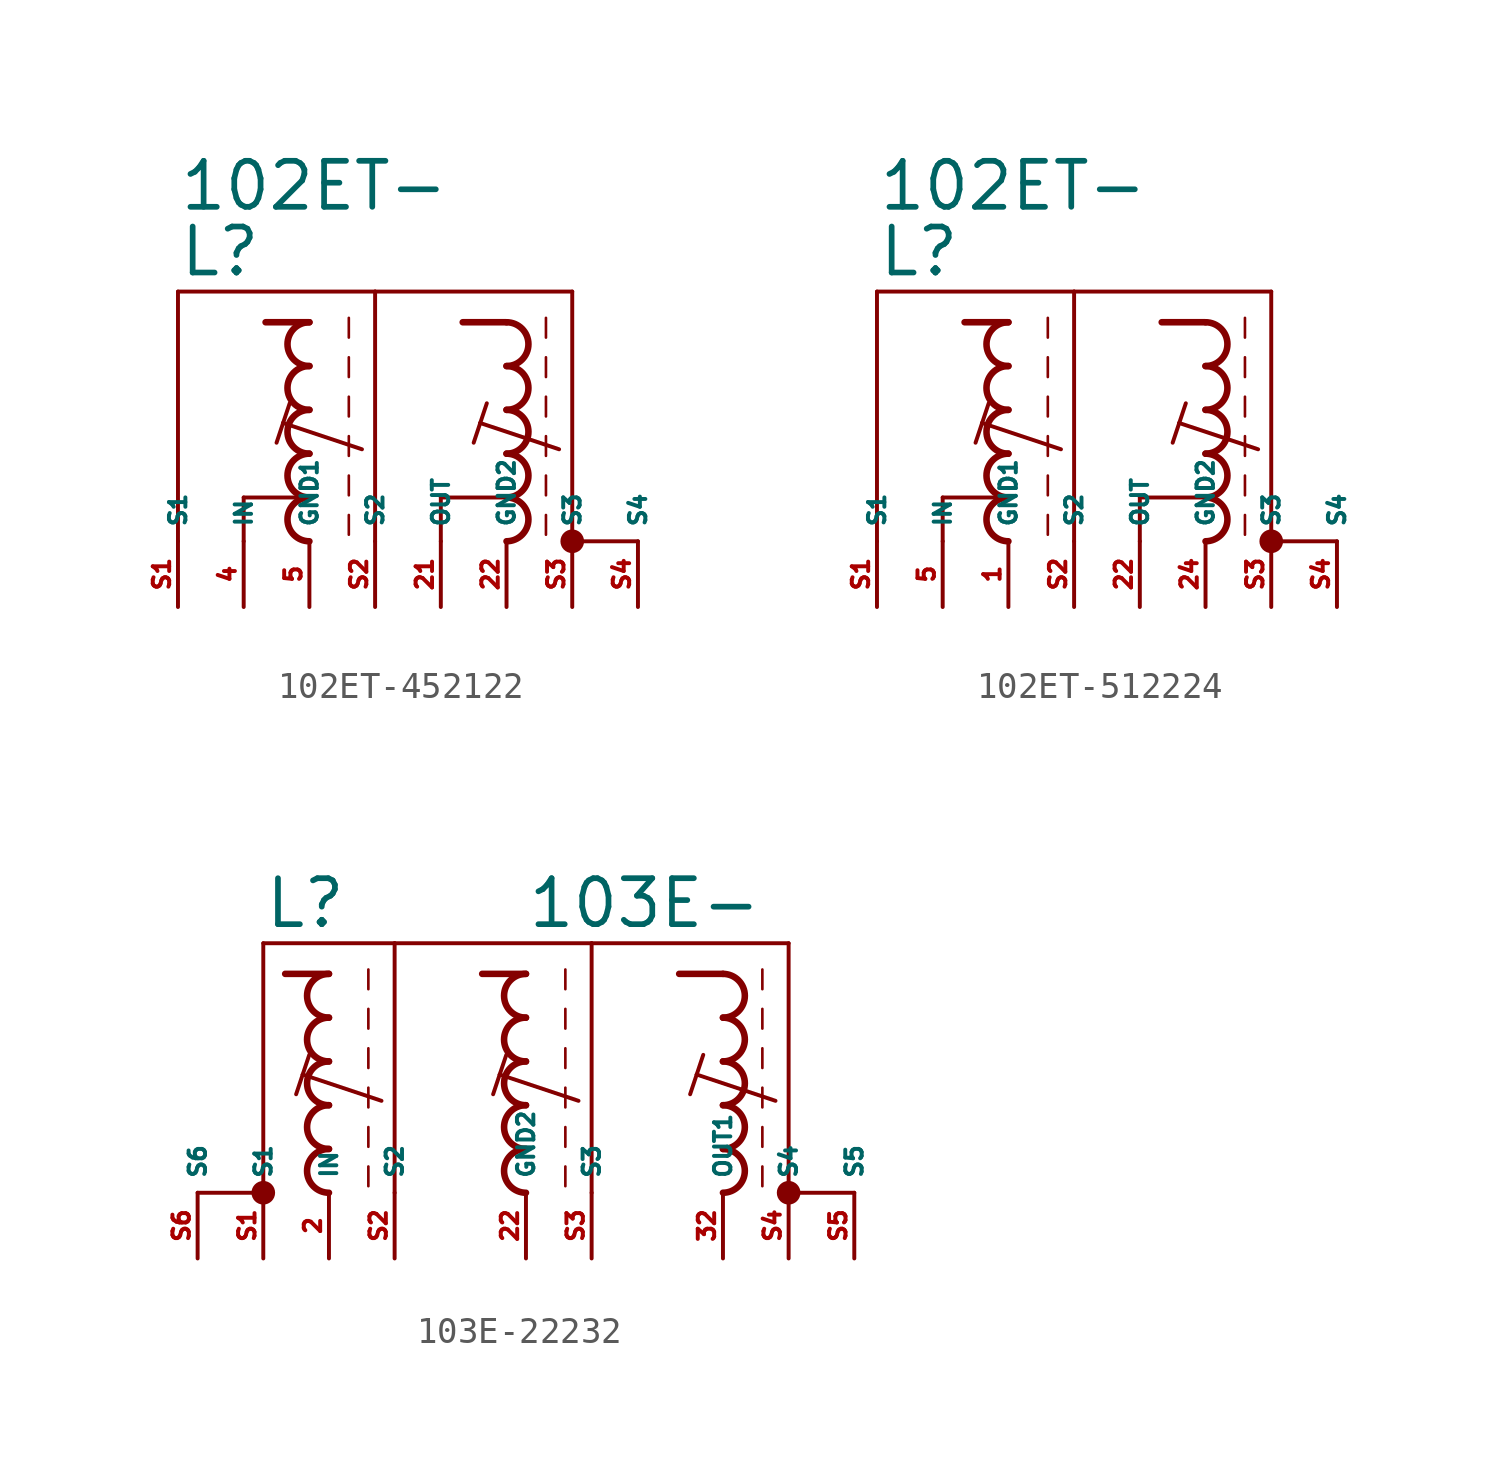
<source format=kicad_sym>
(kicad_symbol_lib
  (version 20220914)
  (generator kicad_symbol_editor)
  (symbol "102ET-452122"
    (property "Reference" "L"
      (at -7.62 7.62 0)
      (effects (font (size 1.778 1.778) (thickness 0.22)) (justify left bottom)))
    (property "Value" "102ET-"
      (at -7.62 10.16 0)
      (effects (font (size 1.778 1.778) (thickness 0.22)) (justify left bottom)))
    (symbol "102ET-452122_1_1"
      (arc (start -2.54 -0.8466) (mid -3.3864 -1.6933) (end -2.54 -2.54) (stroke (width 0.254) (type default)) (fill (type none)))
      (arc (start -2.54 0.8466) (mid -3.3862 0) (end -2.54 -0.8466) (stroke (width 0.254) (type default)) (fill (type none)))
      (arc (start -2.54 2.54) (mid -3.3864 1.6933) (end -2.54 0.8466) (stroke (width 0.254) (type default)) (fill (type none)))
      (arc (start -2.54 4.2334) (mid -3.3864 3.3867) (end -2.54 2.54) (stroke (width 0.254) (type default)) (fill (type none)))
      (arc (start -2.54 5.9266) (mid -3.3862 5.08) (end -2.54 4.2334) (stroke (width 0.254) (type default)) (fill (type none)))
      (polyline (pts (xy -7.62 -2.54) (xy -7.62 7.112)) (stroke (width 0.152) (type default)) (fill (type none)))
      (polyline (pts (xy -7.62 7.112) (xy 0 7.112)) (stroke (width 0.152) (type default)) (fill (type none)))
      (polyline (pts (xy -5.08 -2.54) (xy -5.08 -0.847)) (stroke (width 0.152) (type default)) (fill (type none)))
      (polyline (pts (xy -5.08 -0.847) (xy -2.54 -0.847)) (stroke (width 0.152) (type default)) (fill (type none)))
      (polyline (pts (xy -3.556 2.032) (xy -3.81 1.27)) (stroke (width 0.152) (type default)) (fill (type none)))
      (polyline (pts (xy -3.302 2.794) (xy -3.556 2.032)) (stroke (width 0.152) (type default)) (fill (type none)))
      (polyline (pts (xy -2.54 5.927) (xy -4.233 5.927)) (stroke (width 0.254) (type default)) (fill (type none)))
      (polyline (pts (xy -1.016 -1.524) (xy -1.016 -2.286)) (stroke (width 0.102) (type default)) (fill (type none)))
      (polyline (pts (xy -1.016 0) (xy -1.016 -0.762)) (stroke (width 0.102) (type default)) (fill (type none)))
      (polyline (pts (xy -1.016 1.524) (xy -1.016 0.762)) (stroke (width 0.102) (type default)) (fill (type none)))
      (polyline (pts (xy -1.016 3.048) (xy -1.016 2.286)) (stroke (width 0.102) (type default)) (fill (type none)))
      (polyline (pts (xy -1.016 4.572) (xy -1.016 3.81)) (stroke (width 0.102) (type default)) (fill (type none)))
      (polyline (pts (xy -1.016 6.096) (xy -1.016 5.334)) (stroke (width 0.102) (type default)) (fill (type none)))
      (polyline (pts (xy -0.508 1.016) (xy -3.556 2.032)) (stroke (width 0.152) (type default)) (fill (type none)))
      (polyline (pts (xy 0 7.112) (xy 0 -2.54)) (stroke (width 0.152) (type default)) (fill (type none)))
      (polyline (pts (xy 0 7.112) (xy 7.62 7.112)) (stroke (width 0.152) (type default)) (fill (type none)))
      (polyline (pts (xy 2.54 -2.54) (xy 2.54 -0.847)) (stroke (width 0.152) (type default)) (fill (type none)))
      (polyline (pts (xy 2.54 -0.847) (xy 5.08 -0.847)) (stroke (width 0.152) (type default)) (fill (type none)))
      (polyline (pts (xy 4.064 2.032) (xy 3.81 1.27)) (stroke (width 0.152) (type default)) (fill (type none)))
      (polyline (pts (xy 4.318 2.794) (xy 4.064 2.032)) (stroke (width 0.152) (type default)) (fill (type none)))
      (polyline (pts (xy 5.08 5.927) (xy 3.387 5.927)) (stroke (width 0.254) (type default)) (fill (type none)))
      (polyline (pts (xy 6.604 -1.524) (xy 6.604 -2.286)) (stroke (width 0.102) (type default)) (fill (type none)))
      (polyline (pts (xy 6.604 0) (xy 6.604 -0.762)) (stroke (width 0.102) (type default)) (fill (type none)))
      (polyline (pts (xy 6.604 1.524) (xy 6.604 0.762)) (stroke (width 0.102) (type default)) (fill (type none)))
      (polyline (pts (xy 6.604 3.048) (xy 6.604 2.286)) (stroke (width 0.102) (type default)) (fill (type none)))
      (polyline (pts (xy 6.604 4.572) (xy 6.604 3.81)) (stroke (width 0.102) (type default)) (fill (type none)))
      (polyline (pts (xy 6.604 6.096) (xy 6.604 5.334)) (stroke (width 0.102) (type default)) (fill (type none)))
      (polyline (pts (xy 7.112 1.016) (xy 4.064 2.032)) (stroke (width 0.152) (type default)) (fill (type none)))
      (polyline (pts (xy 7.62 7.112) (xy 7.62 -2.54)) (stroke (width 0.152) (type default)) (fill (type none)))
      (polyline (pts (xy 10.16 -2.54) (xy 7.62 -2.54)) (stroke (width 0.152) (type default)) (fill (type none)))
      (arc (start 5.08 -2.54) (mid 5.9231 -1.6933) (end 5.08 -0.8466) (stroke (width 0.254) (type default)) (fill (type none)))
      (arc (start 5.08 -0.8466) (mid 5.923 0) (end 5.08 0.8466) (stroke (width 0.254) (type default)) (fill (type none)))
      (arc (start 5.08 0.8466) (mid 5.9231 1.6933) (end 5.08 2.54) (stroke (width 0.254) (type default)) (fill (type none)))
      (arc (start 5.08 2.54) (mid 5.9231 3.3867) (end 5.08 4.2334) (stroke (width 0.254) (type default)) (fill (type none)))
      (arc (start 5.08 4.2334) (mid 5.923 5.08) (end 5.08 5.9266) (stroke (width 0.254) (type default)) (fill (type none)))
      (circle (center 7.62 -2.54) (radius 0.254) (stroke (width 0.406) (type default)) (fill (type none)))
      (pin passive line (at 2.54 -5.08 90) (length 2.54) (name "OUT" (effects (font (size 0.635 0.635)))) (number "21" (effects (font (size 0.635 0.635)))))
      (pin passive line (at 5.08 -5.08 90) (length 2.54) (name "GND2" (effects (font (size 0.635 0.635)))) (number "22" (effects (font (size 0.635 0.635)))))
      (pin passive line (at -5.08 -5.08 90) (length 2.54) (name "IN" (effects (font (size 0.635 0.635)))) (number "4" (effects (font (size 0.635 0.635)))))
      (pin passive line (at -2.54 -5.08 90) (length 2.54) (name "GND1" (effects (font (size 0.635 0.635)))) (number "5" (effects (font (size 0.635 0.635)))))
      (pin passive line (at -7.62 -5.08 90) (length 2.54) (name "S1" (effects (font (size 0.635 0.635)))) (number "S1" (effects (font (size 0.635 0.635)))))
      (pin passive line (at 0 -5.08 90) (length 2.54) (name "S2" (effects (font (size 0.635 0.635)))) (number "S2" (effects (font (size 0.635 0.635)))))
      (pin passive line (at 7.62 -5.08 90) (length 2.54) (name "S3" (effects (font (size 0.635 0.635)))) (number "S3" (effects (font (size 0.635 0.635)))))
      (pin passive line (at 10.16 -5.08 90) (length 2.54) (name "S4" (effects (font (size 0.635 0.635)))) (number "S4" (effects (font (size 0.635 0.635)))))))
  (symbol "102ET-512224"
    (property "Reference" "L"
      (at -7.62 7.62 0)
      (effects (font (size 1.778 1.778) (thickness 0.22)) (justify left bottom)))
    (property "Value" "102ET-"
      (at -7.62 10.16 0)
      (effects (font (size 1.778 1.778) (thickness 0.22)) (justify left bottom)))
    (symbol "102ET-512224_1_1"
      (arc (start -2.54 -0.8466) (mid -3.3864 -1.6933) (end -2.54 -2.54) (stroke (width 0.254) (type default)) (fill (type none)))
      (arc (start -2.54 0.8466) (mid -3.3862 0) (end -2.54 -0.8466) (stroke (width 0.254) (type default)) (fill (type none)))
      (arc (start -2.54 2.54) (mid -3.3864 1.6933) (end -2.54 0.8466) (stroke (width 0.254) (type default)) (fill (type none)))
      (arc (start -2.54 4.2334) (mid -3.3864 3.3867) (end -2.54 2.54) (stroke (width 0.254) (type default)) (fill (type none)))
      (arc (start -2.54 5.9266) (mid -3.3862 5.08) (end -2.54 4.2334) (stroke (width 0.254) (type default)) (fill (type none)))
      (polyline (pts (xy -7.62 -2.54) (xy -7.62 7.112)) (stroke (width 0.152) (type default)) (fill (type none)))
      (polyline (pts (xy -7.62 7.112) (xy 0 7.112)) (stroke (width 0.152) (type default)) (fill (type none)))
      (polyline (pts (xy -5.08 -2.54) (xy -5.08 -0.847)) (stroke (width 0.152) (type default)) (fill (type none)))
      (polyline (pts (xy -5.08 -0.847) (xy -2.54 -0.847)) (stroke (width 0.152) (type default)) (fill (type none)))
      (polyline (pts (xy -3.556 2.032) (xy -3.81 1.27)) (stroke (width 0.152) (type default)) (fill (type none)))
      (polyline (pts (xy -3.302 2.794) (xy -3.556 2.032)) (stroke (width 0.152) (type default)) (fill (type none)))
      (polyline (pts (xy -2.54 5.927) (xy -4.233 5.927)) (stroke (width 0.254) (type default)) (fill (type none)))
      (polyline (pts (xy -1.016 -1.524) (xy -1.016 -2.286)) (stroke (width 0.102) (type default)) (fill (type none)))
      (polyline (pts (xy -1.016 0) (xy -1.016 -0.762)) (stroke (width 0.102) (type default)) (fill (type none)))
      (polyline (pts (xy -1.016 1.524) (xy -1.016 0.762)) (stroke (width 0.102) (type default)) (fill (type none)))
      (polyline (pts (xy -1.016 3.048) (xy -1.016 2.286)) (stroke (width 0.102) (type default)) (fill (type none)))
      (polyline (pts (xy -1.016 4.572) (xy -1.016 3.81)) (stroke (width 0.102) (type default)) (fill (type none)))
      (polyline (pts (xy -1.016 6.096) (xy -1.016 5.334)) (stroke (width 0.102) (type default)) (fill (type none)))
      (polyline (pts (xy -0.508 1.016) (xy -3.556 2.032)) (stroke (width 0.152) (type default)) (fill (type none)))
      (polyline (pts (xy 0 7.112) (xy 0 -2.54)) (stroke (width 0.152) (type default)) (fill (type none)))
      (polyline (pts (xy 0 7.112) (xy 7.62 7.112)) (stroke (width 0.152) (type default)) (fill (type none)))
      (polyline (pts (xy 2.54 -2.54) (xy 2.54 -0.847)) (stroke (width 0.152) (type default)) (fill (type none)))
      (polyline (pts (xy 2.54 -0.847) (xy 5.08 -0.847)) (stroke (width 0.152) (type default)) (fill (type none)))
      (polyline (pts (xy 4.064 2.032) (xy 3.81 1.27)) (stroke (width 0.152) (type default)) (fill (type none)))
      (polyline (pts (xy 4.318 2.794) (xy 4.064 2.032)) (stroke (width 0.152) (type default)) (fill (type none)))
      (polyline (pts (xy 5.08 5.927) (xy 3.387 5.927)) (stroke (width 0.254) (type default)) (fill (type none)))
      (polyline (pts (xy 6.604 -1.524) (xy 6.604 -2.286)) (stroke (width 0.102) (type default)) (fill (type none)))
      (polyline (pts (xy 6.604 0) (xy 6.604 -0.762)) (stroke (width 0.102) (type default)) (fill (type none)))
      (polyline (pts (xy 6.604 1.524) (xy 6.604 0.762)) (stroke (width 0.102) (type default)) (fill (type none)))
      (polyline (pts (xy 6.604 3.048) (xy 6.604 2.286)) (stroke (width 0.102) (type default)) (fill (type none)))
      (polyline (pts (xy 6.604 4.572) (xy 6.604 3.81)) (stroke (width 0.102) (type default)) (fill (type none)))
      (polyline (pts (xy 6.604 6.096) (xy 6.604 5.334)) (stroke (width 0.102) (type default)) (fill (type none)))
      (polyline (pts (xy 7.112 1.016) (xy 4.064 2.032)) (stroke (width 0.152) (type default)) (fill (type none)))
      (polyline (pts (xy 7.62 7.112) (xy 7.62 -2.54)) (stroke (width 0.152) (type default)) (fill (type none)))
      (polyline (pts (xy 10.16 -2.54) (xy 7.62 -2.54)) (stroke (width 0.152) (type default)) (fill (type none)))
      (arc (start 5.08 -2.54) (mid 5.9231 -1.6933) (end 5.08 -0.8466) (stroke (width 0.254) (type default)) (fill (type none)))
      (arc (start 5.08 -0.8466) (mid 5.923 0) (end 5.08 0.8466) (stroke (width 0.254) (type default)) (fill (type none)))
      (arc (start 5.08 0.8466) (mid 5.9231 1.6933) (end 5.08 2.54) (stroke (width 0.254) (type default)) (fill (type none)))
      (arc (start 5.08 2.54) (mid 5.9231 3.3867) (end 5.08 4.2334) (stroke (width 0.254) (type default)) (fill (type none)))
      (arc (start 5.08 4.2334) (mid 5.923 5.08) (end 5.08 5.9266) (stroke (width 0.254) (type default)) (fill (type none)))
      (circle (center 7.62 -2.54) (radius 0.254) (stroke (width 0.406) (type default)) (fill (type none)))
      (pin passive line (at -2.54 -5.08 90) (length 2.54) (name "GND1" (effects (font (size 0.635 0.635)))) (number "1" (effects (font (size 0.635 0.635)))))
      (pin passive line (at 2.54 -5.08 90) (length 2.54) (name "OUT" (effects (font (size 0.635 0.635)))) (number "22" (effects (font (size 0.635 0.635)))))
      (pin passive line (at 5.08 -5.08 90) (length 2.54) (name "GND2" (effects (font (size 0.635 0.635)))) (number "24" (effects (font (size 0.635 0.635)))))
      (pin passive line (at -5.08 -5.08 90) (length 2.54) (name "IN" (effects (font (size 0.635 0.635)))) (number "5" (effects (font (size 0.635 0.635)))))
      (pin passive line (at -7.62 -5.08 90) (length 2.54) (name "S1" (effects (font (size 0.635 0.635)))) (number "S1" (effects (font (size 0.635 0.635)))))
      (pin passive line (at 0 -5.08 90) (length 2.54) (name "S2" (effects (font (size 0.635 0.635)))) (number "S2" (effects (font (size 0.635 0.635)))))
      (pin passive line (at 7.62 -5.08 90) (length 2.54) (name "S3" (effects (font (size 0.635 0.635)))) (number "S3" (effects (font (size 0.635 0.635)))))
      (pin passive line (at 10.16 -5.08 90) (length 2.54) (name "S4" (effects (font (size 0.635 0.635)))) (number "S4" (effects (font (size 0.635 0.635)))))))
  (symbol "103E-22232"
    (property "Reference" "L"
      (at -12.7 7.62 0)
      (effects (font (size 1.778 1.778) (thickness 0.22)) (justify left bottom)))
    (property "Value" "103E-"
      (at -2.54 7.62 0)
      (effects (font (size 1.778 1.778) (thickness 0.22)) (justify left bottom)))
    (symbol "103E-22232_1_1"
      (circle (center -12.7 -2.54) (radius 0.254) (stroke (width 0.406) (type default)) (fill (type none)))
      (arc (start -10.16 -0.8466) (mid -11.0064 -1.6933) (end -10.16 -2.54) (stroke (width 0.254) (type default)) (fill (type none)))
      (arc (start -10.16 0.8466) (mid -11.0062 0) (end -10.16 -0.8466) (stroke (width 0.254) (type default)) (fill (type none)))
      (arc (start -10.16 2.54) (mid -11.0064 1.6933) (end -10.16 0.8466) (stroke (width 0.254) (type default)) (fill (type none)))
      (arc (start -10.16 4.2334) (mid -11.0064 3.3867) (end -10.16 2.54) (stroke (width 0.254) (type default)) (fill (type none)))
      (arc (start -10.16 5.9266) (mid -11.0062 5.08) (end -10.16 4.2334) (stroke (width 0.254) (type default)) (fill (type none)))
      (arc (start -2.54 -0.8466) (mid -3.3864 -1.6933) (end -2.54 -2.54) (stroke (width 0.254) (type default)) (fill (type none)))
      (arc (start -2.54 0.8466) (mid -3.3862 0) (end -2.54 -0.8466) (stroke (width 0.254) (type default)) (fill (type none)))
      (arc (start -2.54 2.54) (mid -3.3864 1.6933) (end -2.54 0.8466) (stroke (width 0.254) (type default)) (fill (type none)))
      (arc (start -2.54 4.2334) (mid -3.3864 3.3867) (end -2.54 2.54) (stroke (width 0.254) (type default)) (fill (type none)))
      (arc (start -2.54 5.9266) (mid -3.3862 5.08) (end -2.54 4.2334) (stroke (width 0.254) (type default)) (fill (type none)))
      (polyline (pts (xy -15.24 -2.54) (xy -12.7 -2.54)) (stroke (width 0.152) (type default)) (fill (type none)))
      (polyline (pts (xy -12.7 -2.54) (xy -12.7 7.112)) (stroke (width 0.152) (type default)) (fill (type none)))
      (polyline (pts (xy -12.7 7.112) (xy -7.62 7.112)) (stroke (width 0.152) (type default)) (fill (type none)))
      (polyline (pts (xy -11.176 2.032) (xy -11.43 1.27)) (stroke (width 0.152) (type default)) (fill (type none)))
      (polyline (pts (xy -10.922 2.794) (xy -11.176 2.032)) (stroke (width 0.152) (type default)) (fill (type none)))
      (polyline (pts (xy -10.16 5.927) (xy -11.853 5.927)) (stroke (width 0.254) (type default)) (fill (type none)))
      (polyline (pts (xy -8.636 -1.524) (xy -8.636 -2.286)) (stroke (width 0.102) (type default)) (fill (type none)))
      (polyline (pts (xy -8.636 0) (xy -8.636 -0.762)) (stroke (width 0.102) (type default)) (fill (type none)))
      (polyline (pts (xy -8.636 1.524) (xy -8.636 0.762)) (stroke (width 0.102) (type default)) (fill (type none)))
      (polyline (pts (xy -8.636 3.048) (xy -8.636 2.286)) (stroke (width 0.102) (type default)) (fill (type none)))
      (polyline (pts (xy -8.636 4.572) (xy -8.636 3.81)) (stroke (width 0.102) (type default)) (fill (type none)))
      (polyline (pts (xy -8.636 6.096) (xy -8.636 5.334)) (stroke (width 0.102) (type default)) (fill (type none)))
      (polyline (pts (xy -8.128 1.016) (xy -11.176 2.032)) (stroke (width 0.152) (type default)) (fill (type none)))
      (polyline (pts (xy -7.62 7.112) (xy -7.62 -2.54)) (stroke (width 0.152) (type default)) (fill (type none)))
      (polyline (pts (xy -7.62 7.112) (xy 0 7.112)) (stroke (width 0.152) (type default)) (fill (type none)))
      (polyline (pts (xy -3.556 2.032) (xy -3.81 1.27)) (stroke (width 0.152) (type default)) (fill (type none)))
      (polyline (pts (xy -3.3 2.794) (xy -3.556 2.032)) (stroke (width 0.152) (type default)) (fill (type none)))
      (polyline (pts (xy -2.54 5.927) (xy -4.233 5.927)) (stroke (width 0.254) (type default)) (fill (type none)))
      (polyline (pts (xy -1.016 -1.524) (xy -1.016 -2.286)) (stroke (width 0.102) (type default)) (fill (type none)))
      (polyline (pts (xy -1.016 0) (xy -1.016 -0.762)) (stroke (width 0.102) (type default)) (fill (type none)))
      (polyline (pts (xy -1.016 1.524) (xy -1.016 0.762)) (stroke (width 0.102) (type default)) (fill (type none)))
      (polyline (pts (xy -1.016 3.048) (xy -1.016 2.286)) (stroke (width 0.102) (type default)) (fill (type none)))
      (polyline (pts (xy -1.016 4.572) (xy -1.016 3.81)) (stroke (width 0.102) (type default)) (fill (type none)))
      (polyline (pts (xy -1.016 6.096) (xy -1.016 5.334)) (stroke (width 0.102) (type default)) (fill (type none)))
      (polyline (pts (xy -0.508 1.016) (xy -3.556 2.032)) (stroke (width 0.152) (type default)) (fill (type none)))
      (polyline (pts (xy 0 7.112) (xy 0 -2.54)) (stroke (width 0.152) (type default)) (fill (type none)))
      (polyline (pts (xy 0 7.112) (xy 7.62 7.112)) (stroke (width 0.152) (type default)) (fill (type none)))
      (polyline (pts (xy 4.064 2.032) (xy 3.81 1.27)) (stroke (width 0.152) (type default)) (fill (type none)))
      (polyline (pts (xy 4.318 2.794) (xy 4.064 2.032)) (stroke (width 0.152) (type default)) (fill (type none)))
      (polyline (pts (xy 5.08 5.927) (xy 3.387 5.927)) (stroke (width 0.254) (type default)) (fill (type none)))
      (polyline (pts (xy 6.604 -1.524) (xy 6.604 -2.286)) (stroke (width 0.102) (type default)) (fill (type none)))
      (polyline (pts (xy 6.604 0) (xy 6.604 -0.762)) (stroke (width 0.102) (type default)) (fill (type none)))
      (polyline (pts (xy 6.604 1.524) (xy 6.604 0.762)) (stroke (width 0.102) (type default)) (fill (type none)))
      (polyline (pts (xy 6.604 3.048) (xy 6.604 2.286)) (stroke (width 0.102) (type default)) (fill (type none)))
      (polyline (pts (xy 6.604 4.572) (xy 6.604 3.81)) (stroke (width 0.102) (type default)) (fill (type none)))
      (polyline (pts (xy 6.604 6.096) (xy 6.604 5.334)) (stroke (width 0.102) (type default)) (fill (type none)))
      (polyline (pts (xy 7.112 1.016) (xy 4.064 2.032)) (stroke (width 0.152) (type default)) (fill (type none)))
      (polyline (pts (xy 7.62 7.112) (xy 7.62 -2.54)) (stroke (width 0.152) (type default)) (fill (type none)))
      (polyline (pts (xy 10.16 -2.54) (xy 7.62 -2.54)) (stroke (width 0.152) (type default)) (fill (type none)))
      (arc (start 5.08 -2.54) (mid 5.9231 -1.6933) (end 5.08 -0.8466) (stroke (width 0.254) (type default)) (fill (type none)))
      (arc (start 5.08 -0.8466) (mid 5.923 0) (end 5.08 0.8466) (stroke (width 0.254) (type default)) (fill (type none)))
      (arc (start 5.08 0.8466) (mid 5.9231 1.6933) (end 5.08 2.54) (stroke (width 0.254) (type default)) (fill (type none)))
      (arc (start 5.08 2.54) (mid 5.9231 3.3867) (end 5.08 4.2334) (stroke (width 0.254) (type default)) (fill (type none)))
      (arc (start 5.08 4.2334) (mid 5.923 5.08) (end 5.08 5.9266) (stroke (width 0.254) (type default)) (fill (type none)))
      (circle (center 7.62 -2.54) (radius 0.254) (stroke (width 0.406) (type default)) (fill (type none)))
      (pin passive line (at -10.16 -5.08 90) (length 2.54) (name "IN" (effects (font (size 0.635 0.635)))) (number "2" (effects (font (size 0.635 0.635)))))
      (pin passive line (at -2.54 -5.08 90) (length 2.54) (name "GND2" (effects (font (size 0.635 0.635)))) (number "22" (effects (font (size 0.635 0.635)))))
      (pin passive line (at 5.08 -5.08 90) (length 2.54) (name "OUT1" (effects (font (size 0.635 0.635)))) (number "32" (effects (font (size 0.635 0.635)))))
      (pin passive line (at -12.7 -5.08 90) (length 2.54) (name "S1" (effects (font (size 0.635 0.635)))) (number "S1" (effects (font (size 0.635 0.635)))))
      (pin passive line (at -7.62 -5.08 90) (length 2.54) (name "S2" (effects (font (size 0.635 0.635)))) (number "S2" (effects (font (size 0.635 0.635)))))
      (pin passive line (at 0 -5.08 90) (length 2.54) (name "S3" (effects (font (size 0.635 0.635)))) (number "S3" (effects (font (size 0.635 0.635)))))
      (pin passive line (at 7.62 -5.08 90) (length 2.54) (name "S4" (effects (font (size 0.635 0.635)))) (number "S4" (effects (font (size 0.635 0.635)))))
      (pin passive line (at 10.16 -5.08 90) (length 2.54) (name "S5" (effects (font (size 0.635 0.635)))) (number "S5" (effects (font (size 0.635 0.635)))))
      (pin passive line (at -15.24 -5.08 90) (length 2.54) (name "S6" (effects (font (size 0.635 0.635)))) (number "S6" (effects (font (size 0.635 0.635))))))))
</source>
